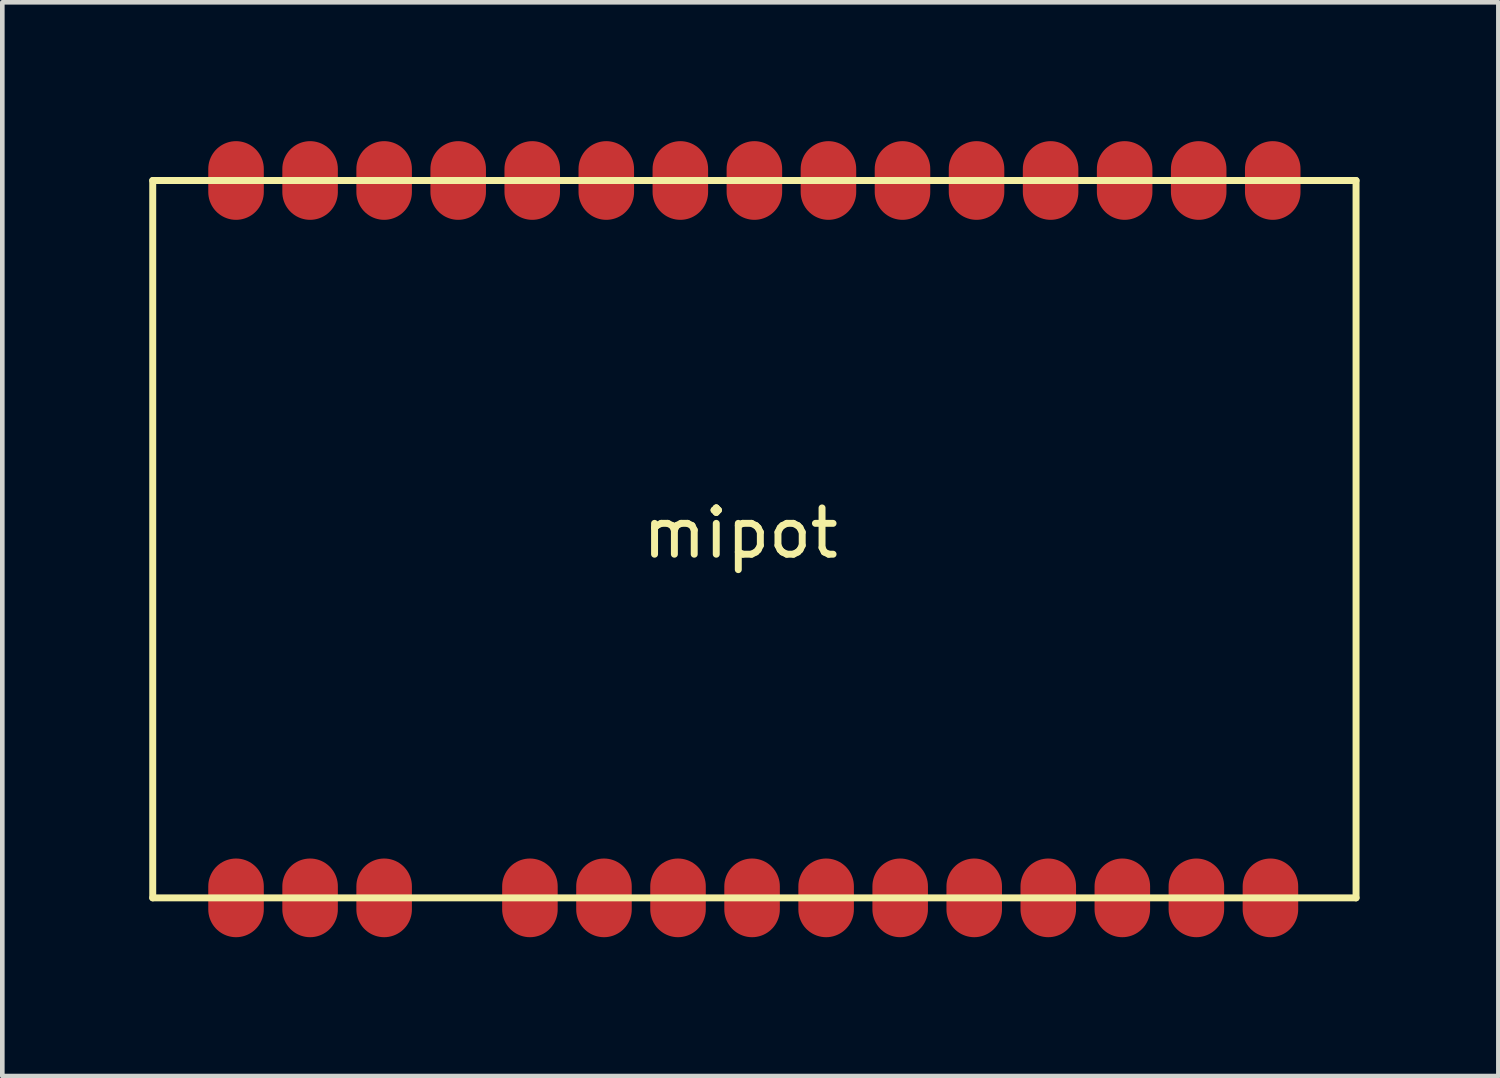
<source format=kicad_pcb>
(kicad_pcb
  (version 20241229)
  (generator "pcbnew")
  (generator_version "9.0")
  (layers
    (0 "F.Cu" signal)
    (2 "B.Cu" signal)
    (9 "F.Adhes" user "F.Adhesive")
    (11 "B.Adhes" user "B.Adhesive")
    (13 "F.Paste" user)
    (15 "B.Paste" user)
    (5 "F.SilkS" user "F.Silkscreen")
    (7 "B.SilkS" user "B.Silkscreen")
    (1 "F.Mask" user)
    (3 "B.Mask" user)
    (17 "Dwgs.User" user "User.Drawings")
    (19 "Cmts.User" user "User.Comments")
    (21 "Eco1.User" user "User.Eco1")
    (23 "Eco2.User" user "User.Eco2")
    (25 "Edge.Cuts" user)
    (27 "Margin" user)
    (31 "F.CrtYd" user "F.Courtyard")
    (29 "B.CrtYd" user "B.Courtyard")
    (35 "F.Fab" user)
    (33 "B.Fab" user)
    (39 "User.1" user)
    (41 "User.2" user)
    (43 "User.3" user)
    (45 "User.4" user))
  (footprint "mipot"
    (layer "F.Cu")
    (at 0.25 0.85)
    (property "Reference" "mipot" (at 12.7 7.62 0) (layer "F.SilkS") (effects (font (size 1 1) (thickness 0.15))))
    (attr through_hole)
    (fp_line (start 0 0) (end 0 15.5) (stroke (width 0.15) (type solid)) (layer "F.SilkS"))
    (fp_line (start 0 0) (end 26 0) (stroke (width 0.15) (type solid)) (layer "F.SilkS"))
    (fp_line (start 0 15.5) (end 26 15.5) (stroke (width 0.15) (type solid)) (layer "F.SilkS"))
    (fp_line (start 26 0) (end 26 15.5) (stroke (width 0.15) (type solid)) (layer "F.SilkS"))
    (pad "1" smd oval (at 1.8 15.5) (size 1.2 1.7) (layers "F.Cu" "F.Mask" "F.Paste"))
    (pad "2" smd oval (at 3.4 15.5) (size 1.2 1.7) (layers "F.Cu" "F.Mask" "F.Paste"))
    (pad "3" smd oval (at 5 15.5) (size 1.2 1.7) (layers "F.Cu" "F.Mask" "F.Paste"))
    (pad "4" smd oval (at 8.15 15.5) (size 1.2 1.7) (layers "F.Cu" "F.Mask" "F.Paste"))
    (pad "5" smd oval (at 9.75 15.5) (size 1.2 1.7) (layers "F.Cu" "F.Mask" "F.Paste"))
    (pad "6" smd oval (at 11.35 15.5) (size 1.2 1.7) (layers "F.Cu" "F.Mask" "F.Paste"))
    (pad "17" smd oval (at 24.2 0) (size 1.2 1.7) (layers "F.Cu" "F.Mask" "F.Paste"))
    (pad "18" smd oval (at 22.6 0) (size 1.2 1.7) (layers "F.Cu" "F.Mask" "F.Paste"))
    (pad "19" smd oval (at 21 0) (size 1.2 1.7) (layers "F.Cu" "F.Mask" "F.Paste"))
    (pad "20" smd oval (at 19.4 0) (size 1.2 1.7) (layers "F.Cu" "F.Mask" "F.Paste"))
    (pad "21" smd oval (at 17.8 0) (size 1.2 1.7) (layers "F.Cu" "F.Mask" "F.Paste"))
    (pad "22" smd oval (at 16.2 0) (size 1.2 1.7) (layers "F.Cu" "F.Mask" "F.Paste"))
    (pad "23" smd oval (at 14.6 0) (size 1.2 1.7) (layers "F.Cu" "F.Mask" "F.Paste"))
    (pad "24" smd oval (at 13 0) (size 1.2 1.7) (layers "F.Cu" "F.Mask" "F.Paste"))
    (pad "25" smd oval (at 11.4 0) (size 1.2 1.7) (layers "F.Cu" "F.Mask" "F.Paste"))
    (pad "26" smd oval (at 9.8 0) (size 1.2 1.7) (layers "F.Cu" "F.Mask" "F.Paste"))
    (pad "27" smd oval (at 8.2 0) (size 1.2 1.7) (layers "F.Cu" "F.Mask" "F.Paste"))
    (pad "28" smd oval (at 6.6 0) (size 1.2 1.7) (layers "F.Cu" "F.Mask" "F.Paste"))
    (pad "29" smd oval (at 5 0) (size 1.2 1.7) (layers "F.Cu" "F.Mask" "F.Paste"))
    (pad "30" smd oval (at 3.4 0) (size 1.2 1.7) (layers "F.Cu" "F.Mask" "F.Paste"))
    (pad "31" smd oval (at 1.8 0) (size 1.2 1.7) (layers "F.Cu" "F.Mask" "F.Paste"))
    (pad "41" smd oval (at 12.95 15.5) (size 1.2 1.7) (layers "F.Cu" "F.Mask" "F.Paste"))
    (pad "51" smd oval (at 14.55 15.5) (size 1.2 1.7) (layers "F.Cu" "F.Mask" "F.Paste"))
    (pad "61" smd oval (at 16.15 15.5) (size 1.2 1.7) (layers "F.Cu" "F.Mask" "F.Paste"))
    (pad "71" smd oval (at 17.75 15.5) (size 1.2 1.7) (layers "F.Cu" "F.Mask" "F.Paste"))
    (pad "81" smd oval (at 19.35 15.5) (size 1.2 1.7) (layers "F.Cu" "F.Mask" "F.Paste"))
    (pad "91" smd oval (at 20.95 15.5) (size 1.2 1.7) (layers "F.Cu" "F.Mask" "F.Paste"))
    (pad "101" smd oval (at 22.55 15.5) (size 1.2 1.7) (layers "F.Cu" "F.Mask" "F.Paste"))
    (pad "111" smd oval (at 24.15 15.5) (size 1.2 1.7) (layers "F.Cu" "F.Mask" "F.Paste")))
  (gr_rect
    (start -3 -3)
    (end 29.325 20.2)
    (stroke (width 0.1) (type default))
    (fill no)
    (layer "Edge.Cuts")))
</source>
